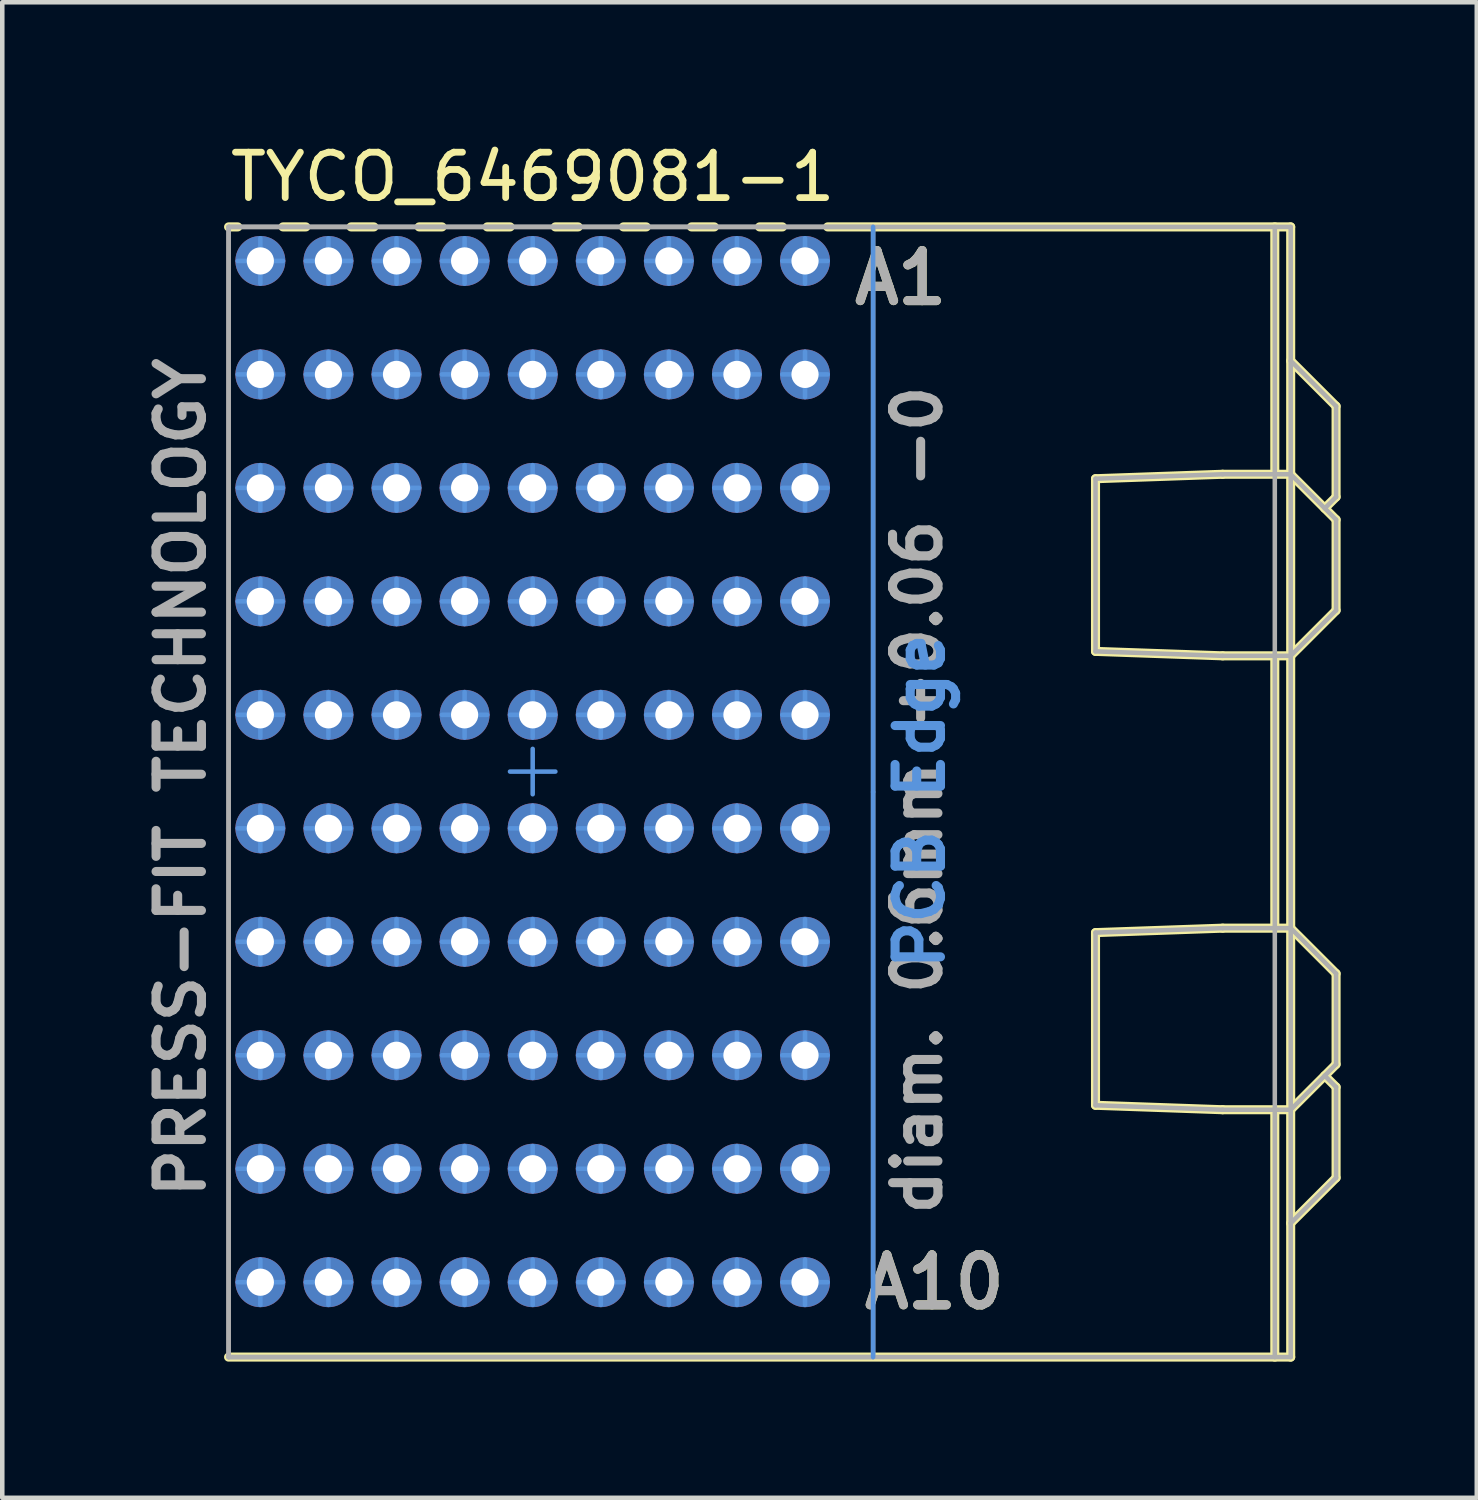
<source format=kicad_pcb>
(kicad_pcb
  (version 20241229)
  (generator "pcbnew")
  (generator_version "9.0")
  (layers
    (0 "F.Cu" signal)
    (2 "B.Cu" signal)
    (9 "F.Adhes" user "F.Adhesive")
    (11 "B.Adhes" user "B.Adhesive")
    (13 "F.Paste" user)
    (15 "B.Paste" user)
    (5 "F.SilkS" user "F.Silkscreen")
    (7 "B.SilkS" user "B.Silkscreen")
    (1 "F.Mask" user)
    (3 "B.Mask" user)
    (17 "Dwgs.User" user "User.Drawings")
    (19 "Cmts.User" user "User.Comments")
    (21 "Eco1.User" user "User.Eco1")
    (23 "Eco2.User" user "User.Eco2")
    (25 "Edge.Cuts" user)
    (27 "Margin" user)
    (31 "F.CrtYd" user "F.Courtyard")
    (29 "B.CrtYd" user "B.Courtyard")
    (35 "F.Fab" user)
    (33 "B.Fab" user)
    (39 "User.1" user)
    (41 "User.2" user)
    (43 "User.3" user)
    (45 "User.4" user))
  (footprint "TYCO_6469081-1"
    (layer "F.Cu")
    (at 8.686 13.949)
    (property "Reference" "TYCO_6469081-1" (at 0 -13.101 0) (layer "F.SilkS") (effects (font (size 1 1) (thickness 0.15))))
    (attr through_hole)
    (fp_line (start -6.7 -12) (end -6.497 -12) (stroke (width 0.2) (type solid)) (layer "F.SilkS"))
    (fp_line (start -6.7 12.9) (end 16.7 12.9) (stroke (width 0.2) (type solid)) (layer "F.SilkS"))
    (fp_line (start -5.502 -12) (end -4.997 -12) (stroke (width 0.2) (type solid)) (layer "F.SilkS"))
    (fp_line (start -4.002 -12) (end -3.497 -12) (stroke (width 0.2) (type solid)) (layer "F.SilkS"))
    (fp_line (start -2.502 -12) (end -1.997 -12) (stroke (width 0.2) (type solid)) (layer "F.SilkS"))
    (fp_line (start -1.002 -12) (end -0.497 -12) (stroke (width 0.2) (type solid)) (layer "F.SilkS"))
    (fp_line (start 0.498 -12) (end 1.003 -12) (stroke (width 0.2) (type solid)) (layer "F.SilkS"))
    (fp_line (start 1.998 -12) (end 2.503 -12) (stroke (width 0.2) (type solid)) (layer "F.SilkS"))
    (fp_line (start 3.498 -12) (end 4.003 -12) (stroke (width 0.2) (type solid)) (layer "F.SilkS"))
    (fp_line (start 4.998 -12) (end 5.503 -12) (stroke (width 0.2) (type solid)) (layer "F.SilkS"))
    (fp_line (start 6.498 -12) (end 16.7 -12) (stroke (width 0.2) (type solid)) (layer "F.SilkS"))
    (fp_line (start 12.4 -6.452) (end 15.2 -6.55) (stroke (width 0.2) (type solid)) (layer "F.SilkS"))
    (fp_line (start 12.4 -2.648) (end 12.4 -6.452) (stroke (width 0.2) (type solid)) (layer "F.SilkS"))
    (fp_line (start 12.4 -2.648) (end 15.2 -2.55) (stroke (width 0.2) (type solid)) (layer "F.SilkS"))
    (fp_line (start 12.4 3.548) (end 15.2 3.45) (stroke (width 0.2) (type solid)) (layer "F.SilkS"))
    (fp_line (start 12.4 7.352) (end 12.4 3.548) (stroke (width 0.2) (type solid)) (layer "F.SilkS"))
    (fp_line (start 12.4 7.352) (end 15.2 7.45) (stroke (width 0.2) (type solid)) (layer "F.SilkS"))
    (fp_line (start 15.2 -6.55) (end 16.7 -6.55) (stroke (width 0.2) (type solid)) (layer "F.SilkS"))
    (fp_line (start 15.2 -2.55) (end 16.7 -2.55) (stroke (width 0.2) (type solid)) (layer "F.SilkS"))
    (fp_line (start 15.2 3.45) (end 16.7 3.45) (stroke (width 0.2) (type solid)) (layer "F.SilkS"))
    (fp_line (start 15.2 7.45) (end 16.7 7.45) (stroke (width 0.2) (type solid)) (layer "F.SilkS"))
    (fp_line (start 16.35 -6.55) (end 16.35 -12) (stroke (width 0.2) (type solid)) (layer "F.SilkS"))
    (fp_line (start 16.35 3.45) (end 16.35 -2.55) (stroke (width 0.2) (type solid)) (layer "F.SilkS"))
    (fp_line (start 16.35 12.9) (end 16.35 7.45) (stroke (width 0.2) (type solid)) (layer "F.SilkS"))
    (fp_line (start 16.7 -9.05) (end 17.7 -8.05) (stroke (width 0.2) (type solid)) (layer "F.SilkS"))
    (fp_line (start 16.7 -6.55) (end 17.7 -5.55) (stroke (width 0.2) (type solid)) (layer "F.SilkS"))
    (fp_line (start 16.7 -2.55) (end 17.7 -3.55) (stroke (width 0.2) (type solid)) (layer "F.SilkS"))
    (fp_line (start 16.7 3.45) (end 17.7 4.45) (stroke (width 0.2) (type solid)) (layer "F.SilkS"))
    (fp_line (start 16.7 7.45) (end 17.7 6.45) (stroke (width 0.2) (type solid)) (layer "F.SilkS"))
    (fp_line (start 16.7 9.95) (end 17.7 8.95) (stroke (width 0.2) (type solid)) (layer "F.SilkS"))
    (fp_line (start 16.7 12.9) (end 16.7 -12) (stroke (width 0.2) (type solid)) (layer "F.SilkS"))
    (fp_line (start 17.45 -5.8) (end 17.7 -6.05) (stroke (width 0.2) (type solid)) (layer "F.SilkS"))
    (fp_line (start 17.45 6.7) (end 17.7 6.95) (stroke (width 0.2) (type solid)) (layer "F.SilkS"))
    (fp_line (start 17.7 -6.05) (end 17.7 -8.05) (stroke (width 0.2) (type solid)) (layer "F.SilkS"))
    (fp_line (start 17.7 -3.55) (end 17.7 -5.55) (stroke (width 0.2) (type solid)) (layer "F.SilkS"))
    (fp_line (start 17.7 6.45) (end 17.7 4.45) (stroke (width 0.2) (type solid)) (layer "F.SilkS"))
    (fp_line (start 17.7 8.95) (end 17.7 6.95) (stroke (width 0.2) (type solid)) (layer "F.SilkS"))
    (fp_line (start -6.5 -11.25) (end -6 -11.25) (stroke (width 0.1) (type solid)) (layer "Cmts.User"))
    (fp_line (start -6.5 -8.75) (end -6 -8.75) (stroke (width 0.1) (type solid)) (layer "Cmts.User"))
    (fp_line (start -6.5 -6.25) (end -6 -6.25) (stroke (width 0.1) (type solid)) (layer "Cmts.User"))
    (fp_line (start -6.5 -3.75) (end -6 -3.75) (stroke (width 0.1) (type solid)) (layer "Cmts.User"))
    (fp_line (start -6.5 -1.25) (end -6 -1.25) (stroke (width 0.1) (type solid)) (layer "Cmts.User"))
    (fp_line (start -6.5 1.25) (end -6 1.25) (stroke (width 0.1) (type solid)) (layer "Cmts.User"))
    (fp_line (start -6.5 3.75) (end -6 3.75) (stroke (width 0.1) (type solid)) (layer "Cmts.User"))
    (fp_line (start -6.5 6.25) (end -6 6.25) (stroke (width 0.1) (type solid)) (layer "Cmts.User"))
    (fp_line (start -6.5 8.75) (end -6 8.75) (stroke (width 0.1) (type solid)) (layer "Cmts.User"))
    (fp_line (start -6.5 11.25) (end -6 11.25) (stroke (width 0.1) (type solid)) (layer "Cmts.User"))
    (fp_line (start -6 -11.25) (end -6 -11.75) (stroke (width 0.1) (type solid)) (layer "Cmts.User"))
    (fp_line (start -6 -11.25) (end -5.5 -11.25) (stroke (width 0.1) (type solid)) (layer "Cmts.User"))
    (fp_line (start -6 -10.75) (end -6 -11.25) (stroke (width 0.1) (type solid)) (layer "Cmts.User"))
    (fp_line (start -6 -8.75) (end -6 -9.25) (stroke (width 0.1) (type solid)) (layer "Cmts.User"))
    (fp_line (start -6 -8.75) (end -5.5 -8.75) (stroke (width 0.1) (type solid)) (layer "Cmts.User"))
    (fp_line (start -6 -8.25) (end -6 -8.75) (stroke (width 0.1) (type solid)) (layer "Cmts.User"))
    (fp_line (start -6 -6.25) (end -6 -6.75) (stroke (width 0.1) (type solid)) (layer "Cmts.User"))
    (fp_line (start -6 -6.25) (end -5.5 -6.25) (stroke (width 0.1) (type solid)) (layer "Cmts.User"))
    (fp_line (start -6 -5.75) (end -6 -6.25) (stroke (width 0.1) (type solid)) (layer "Cmts.User"))
    (fp_line (start -6 -3.75) (end -6 -4.25) (stroke (width 0.1) (type solid)) (layer "Cmts.User"))
    (fp_line (start -6 -3.75) (end -5.5 -3.75) (stroke (width 0.1) (type solid)) (layer "Cmts.User"))
    (fp_line (start -6 -3.25) (end -6 -3.75) (stroke (width 0.1) (type solid)) (layer "Cmts.User"))
    (fp_line (start -6 -1.25) (end -6 -1.75) (stroke (width 0.1) (type solid)) (layer "Cmts.User"))
    (fp_line (start -6 -1.25) (end -5.5 -1.25) (stroke (width 0.1) (type solid)) (layer "Cmts.User"))
    (fp_line (start -6 -0.75) (end -6 -1.25) (stroke (width 0.1) (type solid)) (layer "Cmts.User"))
    (fp_line (start -6 1.25) (end -6 0.75) (stroke (width 0.1) (type solid)) (layer "Cmts.User"))
    (fp_line (start -6 1.25) (end -5.5 1.25) (stroke (width 0.1) (type solid)) (layer "Cmts.User"))
    (fp_line (start -6 1.75) (end -6 1.25) (stroke (width 0.1) (type solid)) (layer "Cmts.User"))
    (fp_line (start -6 3.75) (end -6 3.25) (stroke (width 0.1) (type solid)) (layer "Cmts.User"))
    (fp_line (start -6 3.75) (end -5.5 3.75) (stroke (width 0.1) (type solid)) (layer "Cmts.User"))
    (fp_line (start -6 4.25) (end -6 3.75) (stroke (width 0.1) (type solid)) (layer "Cmts.User"))
    (fp_line (start -6 6.25) (end -6 5.75) (stroke (width 0.1) (type solid)) (layer "Cmts.User"))
    (fp_line (start -6 6.25) (end -5.5 6.25) (stroke (width 0.1) (type solid)) (layer "Cmts.User"))
    (fp_line (start -6 6.75) (end -6 6.25) (stroke (width 0.1) (type solid)) (layer "Cmts.User"))
    (fp_line (start -6 8.75) (end -6 8.25) (stroke (width 0.1) (type solid)) (layer "Cmts.User"))
    (fp_line (start -6 8.75) (end -5.5 8.75) (stroke (width 0.1) (type solid)) (layer "Cmts.User"))
    (fp_line (start -6 9.25) (end -6 8.75) (stroke (width 0.1) (type solid)) (layer "Cmts.User"))
    (fp_line (start -6 11.25) (end -6 10.75) (stroke (width 0.1) (type solid)) (layer "Cmts.User"))
    (fp_line (start -6 11.25) (end -5.5 11.25) (stroke (width 0.1) (type solid)) (layer "Cmts.User"))
    (fp_line (start -6 11.75) (end -6 11.25) (stroke (width 0.1) (type solid)) (layer "Cmts.User"))
    (fp_line (start -5 -11.25) (end -4.5 -11.25) (stroke (width 0.1) (type solid)) (layer "Cmts.User"))
    (fp_line (start -5 -8.75) (end -4.5 -8.75) (stroke (width 0.1) (type solid)) (layer "Cmts.User"))
    (fp_line (start -5 -6.25) (end -4.5 -6.25) (stroke (width 0.1) (type solid)) (layer "Cmts.User"))
    (fp_line (start -5 -3.75) (end -4.5 -3.75) (stroke (width 0.1) (type solid)) (layer "Cmts.User"))
    (fp_line (start -5 -1.25) (end -4.5 -1.25) (stroke (width 0.1) (type solid)) (layer "Cmts.User"))
    (fp_line (start -5 1.25) (end -4.5 1.25) (stroke (width 0.1) (type solid)) (layer "Cmts.User"))
    (fp_line (start -5 3.75) (end -4.5 3.75) (stroke (width 0.1) (type solid)) (layer "Cmts.User"))
    (fp_line (start -5 6.25) (end -4.5 6.25) (stroke (width 0.1) (type solid)) (layer "Cmts.User"))
    (fp_line (start -5 8.75) (end -4.5 8.75) (stroke (width 0.1) (type solid)) (layer "Cmts.User"))
    (fp_line (start -5 11.25) (end -4.5 11.25) (stroke (width 0.1) (type solid)) (layer "Cmts.User"))
    (fp_line (start -4.5 -11.25) (end -4.5 -11.75) (stroke (width 0.1) (type solid)) (layer "Cmts.User"))
    (fp_line (start -4.5 -11.25) (end -4 -11.25) (stroke (width 0.1) (type solid)) (layer "Cmts.User"))
    (fp_line (start -4.5 -10.75) (end -4.5 -11.25) (stroke (width 0.1) (type solid)) (layer "Cmts.User"))
    (fp_line (start -4.5 -8.75) (end -4.5 -9.25) (stroke (width 0.1) (type solid)) (layer "Cmts.User"))
    (fp_line (start -4.5 -8.75) (end -4 -8.75) (stroke (width 0.1) (type solid)) (layer "Cmts.User"))
    (fp_line (start -4.5 -8.25) (end -4.5 -8.75) (stroke (width 0.1) (type solid)) (layer "Cmts.User"))
    (fp_line (start -4.5 -6.25) (end -4.5 -6.75) (stroke (width 0.1) (type solid)) (layer "Cmts.User"))
    (fp_line (start -4.5 -6.25) (end -4 -6.25) (stroke (width 0.1) (type solid)) (layer "Cmts.User"))
    (fp_line (start -4.5 -5.75) (end -4.5 -6.25) (stroke (width 0.1) (type solid)) (layer "Cmts.User"))
    (fp_line (start -4.5 -3.75) (end -4.5 -4.25) (stroke (width 0.1) (type solid)) (layer "Cmts.User"))
    (fp_line (start -4.5 -3.75) (end -4 -3.75) (stroke (width 0.1) (type solid)) (layer "Cmts.User"))
    (fp_line (start -4.5 -3.25) (end -4.5 -3.75) (stroke (width 0.1) (type solid)) (layer "Cmts.User"))
    (fp_line (start -4.5 -1.25) (end -4.5 -1.75) (stroke (width 0.1) (type solid)) (layer "Cmts.User"))
    (fp_line (start -4.5 -1.25) (end -4 -1.25) (stroke (width 0.1) (type solid)) (layer "Cmts.User"))
    (fp_line (start -4.5 -0.75) (end -4.5 -1.25) (stroke (width 0.1) (type solid)) (layer "Cmts.User"))
    (fp_line (start -4.5 1.25) (end -4.5 0.75) (stroke (width 0.1) (type solid)) (layer "Cmts.User"))
    (fp_line (start -4.5 1.25) (end -4 1.25) (stroke (width 0.1) (type solid)) (layer "Cmts.User"))
    (fp_line (start -4.5 1.75) (end -4.5 1.25) (stroke (width 0.1) (type solid)) (layer "Cmts.User"))
    (fp_line (start -4.5 3.75) (end -4.5 3.25) (stroke (width 0.1) (type solid)) (layer "Cmts.User"))
    (fp_line (start -4.5 3.75) (end -4 3.75) (stroke (width 0.1) (type solid)) (layer "Cmts.User"))
    (fp_line (start -4.5 4.25) (end -4.5 3.75) (stroke (width 0.1) (type solid)) (layer "Cmts.User"))
    (fp_line (start -4.5 6.25) (end -4.5 5.75) (stroke (width 0.1) (type solid)) (layer "Cmts.User"))
    (fp_line (start -4.5 6.25) (end -4 6.25) (stroke (width 0.1) (type solid)) (layer "Cmts.User"))
    (fp_line (start -4.5 6.75) (end -4.5 6.25) (stroke (width 0.1) (type solid)) (layer "Cmts.User"))
    (fp_line (start -4.5 8.75) (end -4.5 8.25) (stroke (width 0.1) (type solid)) (layer "Cmts.User"))
    (fp_line (start -4.5 8.75) (end -4 8.75) (stroke (width 0.1) (type solid)) (layer "Cmts.User"))
    (fp_line (start -4.5 9.25) (end -4.5 8.75) (stroke (width 0.1) (type solid)) (layer "Cmts.User"))
    (fp_line (start -4.5 11.25) (end -4.5 10.75) (stroke (width 0.1) (type solid)) (layer "Cmts.User"))
    (fp_line (start -4.5 11.25) (end -4 11.25) (stroke (width 0.1) (type solid)) (layer "Cmts.User"))
    (fp_line (start -4.5 11.75) (end -4.5 11.25) (stroke (width 0.1) (type solid)) (layer "Cmts.User"))
    (fp_line (start -3.5 -11.25) (end -3 -11.25) (stroke (width 0.1) (type solid)) (layer "Cmts.User"))
    (fp_line (start -3.5 -8.75) (end -3 -8.75) (stroke (width 0.1) (type solid)) (layer "Cmts.User"))
    (fp_line (start -3.5 -6.25) (end -3 -6.25) (stroke (width 0.1) (type solid)) (layer "Cmts.User"))
    (fp_line (start -3.5 -3.75) (end -3 -3.75) (stroke (width 0.1) (type solid)) (layer "Cmts.User"))
    (fp_line (start -3.5 -1.25) (end -3 -1.25) (stroke (width 0.1) (type solid)) (layer "Cmts.User"))
    (fp_line (start -3.5 1.25) (end -3 1.25) (stroke (width 0.1) (type solid)) (layer "Cmts.User"))
    (fp_line (start -3.5 3.75) (end -3 3.75) (stroke (width 0.1) (type solid)) (layer "Cmts.User"))
    (fp_line (start -3.5 6.25) (end -3 6.25) (stroke (width 0.1) (type solid)) (layer "Cmts.User"))
    (fp_line (start -3.5 8.75) (end -3 8.75) (stroke (width 0.1) (type solid)) (layer "Cmts.User"))
    (fp_line (start -3.5 11.25) (end -3 11.25) (stroke (width 0.1) (type solid)) (layer "Cmts.User"))
    (fp_line (start -3 -11.25) (end -3 -11.75) (stroke (width 0.1) (type solid)) (layer "Cmts.User"))
    (fp_line (start -3 -11.25) (end -2.5 -11.25) (stroke (width 0.1) (type solid)) (layer "Cmts.User"))
    (fp_line (start -3 -10.75) (end -3 -11.25) (stroke (width 0.1) (type solid)) (layer "Cmts.User"))
    (fp_line (start -3 -8.75) (end -3 -9.25) (stroke (width 0.1) (type solid)) (layer "Cmts.User"))
    (fp_line (start -3 -8.75) (end -2.5 -8.75) (stroke (width 0.1) (type solid)) (layer "Cmts.User"))
    (fp_line (start -3 -8.25) (end -3 -8.75) (stroke (width 0.1) (type solid)) (layer "Cmts.User"))
    (fp_line (start -3 -6.25) (end -3 -6.75) (stroke (width 0.1) (type solid)) (layer "Cmts.User"))
    (fp_line (start -3 -6.25) (end -2.5 -6.25) (stroke (width 0.1) (type solid)) (layer "Cmts.User"))
    (fp_line (start -3 -5.75) (end -3 -6.25) (stroke (width 0.1) (type solid)) (layer "Cmts.User"))
    (fp_line (start -3 -3.75) (end -3 -4.25) (stroke (width 0.1) (type solid)) (layer "Cmts.User"))
    (fp_line (start -3 -3.75) (end -2.5 -3.75) (stroke (width 0.1) (type solid)) (layer "Cmts.User"))
    (fp_line (start -3 -3.25) (end -3 -3.75) (stroke (width 0.1) (type solid)) (layer "Cmts.User"))
    (fp_line (start -3 -1.25) (end -3 -1.75) (stroke (width 0.1) (type solid)) (layer "Cmts.User"))
    (fp_line (start -3 -1.25) (end -2.5 -1.25) (stroke (width 0.1) (type solid)) (layer "Cmts.User"))
    (fp_line (start -3 -0.75) (end -3 -1.25) (stroke (width 0.1) (type solid)) (layer "Cmts.User"))
    (fp_line (start -3 1.25) (end -3 0.75) (stroke (width 0.1) (type solid)) (layer "Cmts.User"))
    (fp_line (start -3 1.25) (end -2.5 1.25) (stroke (width 0.1) (type solid)) (layer "Cmts.User"))
    (fp_line (start -3 1.75) (end -3 1.25) (stroke (width 0.1) (type solid)) (layer "Cmts.User"))
    (fp_line (start -3 3.75) (end -3 3.25) (stroke (width 0.1) (type solid)) (layer "Cmts.User"))
    (fp_line (start -3 3.75) (end -2.5 3.75) (stroke (width 0.1) (type solid)) (layer "Cmts.User"))
    (fp_line (start -3 4.25) (end -3 3.75) (stroke (width 0.1) (type solid)) (layer "Cmts.User"))
    (fp_line (start -3 6.25) (end -3 5.75) (stroke (width 0.1) (type solid)) (layer "Cmts.User"))
    (fp_line (start -3 6.25) (end -2.5 6.25) (stroke (width 0.1) (type solid)) (layer "Cmts.User"))
    (fp_line (start -3 6.75) (end -3 6.25) (stroke (width 0.1) (type solid)) (layer "Cmts.User"))
    (fp_line (start -3 8.75) (end -3 8.25) (stroke (width 0.1) (type solid)) (layer "Cmts.User"))
    (fp_line (start -3 8.75) (end -2.5 8.75) (stroke (width 0.1) (type solid)) (layer "Cmts.User"))
    (fp_line (start -3 9.25) (end -3 8.75) (stroke (width 0.1) (type solid)) (layer "Cmts.User"))
    (fp_line (start -3 11.25) (end -3 10.75) (stroke (width 0.1) (type solid)) (layer "Cmts.User"))
    (fp_line (start -3 11.25) (end -2.5 11.25) (stroke (width 0.1) (type solid)) (layer "Cmts.User"))
    (fp_line (start -3 11.75) (end -3 11.25) (stroke (width 0.1) (type solid)) (layer "Cmts.User"))
    (fp_line (start -2 -11.25) (end -1.5 -11.25) (stroke (width 0.1) (type solid)) (layer "Cmts.User"))
    (fp_line (start -2 -8.75) (end -1.5 -8.75) (stroke (width 0.1) (type solid)) (layer "Cmts.User"))
    (fp_line (start -2 -6.25) (end -1.5 -6.25) (stroke (width 0.1) (type solid)) (layer "Cmts.User"))
    (fp_line (start -2 -3.75) (end -1.5 -3.75) (stroke (width 0.1) (type solid)) (layer "Cmts.User"))
    (fp_line (start -2 -1.25) (end -1.5 -1.25) (stroke (width 0.1) (type solid)) (layer "Cmts.User"))
    (fp_line (start -2 1.25) (end -1.5 1.25) (stroke (width 0.1) (type solid)) (layer "Cmts.User"))
    (fp_line (start -2 3.75) (end -1.5 3.75) (stroke (width 0.1) (type solid)) (layer "Cmts.User"))
    (fp_line (start -2 6.25) (end -1.5 6.25) (stroke (width 0.1) (type solid)) (layer "Cmts.User"))
    (fp_line (start -2 8.75) (end -1.5 8.75) (stroke (width 0.1) (type solid)) (layer "Cmts.User"))
    (fp_line (start -2 11.25) (end -1.5 11.25) (stroke (width 0.1) (type solid)) (layer "Cmts.User"))
    (fp_line (start -1.5 -11.25) (end -1.5 -11.75) (stroke (width 0.1) (type solid)) (layer "Cmts.User"))
    (fp_line (start -1.5 -11.25) (end -1 -11.25) (stroke (width 0.1) (type solid)) (layer "Cmts.User"))
    (fp_line (start -1.5 -10.75) (end -1.5 -11.25) (stroke (width 0.1) (type solid)) (layer "Cmts.User"))
    (fp_line (start -1.5 -8.75) (end -1.5 -9.25) (stroke (width 0.1) (type solid)) (layer "Cmts.User"))
    (fp_line (start -1.5 -8.75) (end -1 -8.75) (stroke (width 0.1) (type solid)) (layer "Cmts.User"))
    (fp_line (start -1.5 -8.25) (end -1.5 -8.75) (stroke (width 0.1) (type solid)) (layer "Cmts.User"))
    (fp_line (start -1.5 -6.25) (end -1.5 -6.75) (stroke (width 0.1) (type solid)) (layer "Cmts.User"))
    (fp_line (start -1.5 -6.25) (end -1 -6.25) (stroke (width 0.1) (type solid)) (layer "Cmts.User"))
    (fp_line (start -1.5 -5.75) (end -1.5 -6.25) (stroke (width 0.1) (type solid)) (layer "Cmts.User"))
    (fp_line (start -1.5 -3.75) (end -1.5 -4.25) (stroke (width 0.1) (type solid)) (layer "Cmts.User"))
    (fp_line (start -1.5 -3.75) (end -1 -3.75) (stroke (width 0.1) (type solid)) (layer "Cmts.User"))
    (fp_line (start -1.5 -3.25) (end -1.5 -3.75) (stroke (width 0.1) (type solid)) (layer "Cmts.User"))
    (fp_line (start -1.5 -1.25) (end -1.5 -1.75) (stroke (width 0.1) (type solid)) (layer "Cmts.User"))
    (fp_line (start -1.5 -1.25) (end -1 -1.25) (stroke (width 0.1) (type solid)) (layer "Cmts.User"))
    (fp_line (start -1.5 -0.75) (end -1.5 -1.25) (stroke (width 0.1) (type solid)) (layer "Cmts.User"))
    (fp_line (start -1.5 1.25) (end -1.5 0.75) (stroke (width 0.1) (type solid)) (layer "Cmts.User"))
    (fp_line (start -1.5 1.25) (end -1 1.25) (stroke (width 0.1) (type solid)) (layer "Cmts.User"))
    (fp_line (start -1.5 1.75) (end -1.5 1.25) (stroke (width 0.1) (type solid)) (layer "Cmts.User"))
    (fp_line (start -1.5 3.75) (end -1.5 3.25) (stroke (width 0.1) (type solid)) (layer "Cmts.User"))
    (fp_line (start -1.5 3.75) (end -1 3.75) (stroke (width 0.1) (type solid)) (layer "Cmts.User"))
    (fp_line (start -1.5 4.25) (end -1.5 3.75) (stroke (width 0.1) (type solid)) (layer "Cmts.User"))
    (fp_line (start -1.5 6.25) (end -1.5 5.75) (stroke (width 0.1) (type solid)) (layer "Cmts.User"))
    (fp_line (start -1.5 6.25) (end -1 6.25) (stroke (width 0.1) (type solid)) (layer "Cmts.User"))
    (fp_line (start -1.5 6.75) (end -1.5 6.25) (stroke (width 0.1) (type solid)) (layer "Cmts.User"))
    (fp_line (start -1.5 8.75) (end -1.5 8.25) (stroke (width 0.1) (type solid)) (layer "Cmts.User"))
    (fp_line (start -1.5 8.75) (end -1 8.75) (stroke (width 0.1) (type solid)) (layer "Cmts.User"))
    (fp_line (start -1.5 9.25) (end -1.5 8.75) (stroke (width 0.1) (type solid)) (layer "Cmts.User"))
    (fp_line (start -1.5 11.25) (end -1.5 10.75) (stroke (width 0.1) (type solid)) (layer "Cmts.User"))
    (fp_line (start -1.5 11.25) (end -1 11.25) (stroke (width 0.1) (type solid)) (layer "Cmts.User"))
    (fp_line (start -1.5 11.75) (end -1.5 11.25) (stroke (width 0.1) (type solid)) (layer "Cmts.User"))
    (fp_line (start -0.5 -11.25) (end 0 -11.25) (stroke (width 0.1) (type solid)) (layer "Cmts.User"))
    (fp_line (start -0.5 -8.75) (end 0 -8.75) (stroke (width 0.1) (type solid)) (layer "Cmts.User"))
    (fp_line (start -0.5 -6.25) (end 0 -6.25) (stroke (width 0.1) (type solid)) (layer "Cmts.User"))
    (fp_line (start -0.5 -3.75) (end 0 -3.75) (stroke (width 0.1) (type solid)) (layer "Cmts.User"))
    (fp_line (start -0.5 -1.25) (end 0 -1.25) (stroke (width 0.1) (type solid)) (layer "Cmts.User"))
    (fp_line (start -0.5 0) (end 0 0) (stroke (width 0.1) (type solid)) (layer "Cmts.User"))
    (fp_line (start -0.5 1.25) (end 0 1.25) (stroke (width 0.1) (type solid)) (layer "Cmts.User"))
    (fp_line (start -0.5 3.75) (end 0 3.75) (stroke (width 0.1) (type solid)) (layer "Cmts.User"))
    (fp_line (start -0.5 6.25) (end 0 6.25) (stroke (width 0.1) (type solid)) (layer "Cmts.User"))
    (fp_line (start -0.5 8.75) (end 0 8.75) (stroke (width 0.1) (type solid)) (layer "Cmts.User"))
    (fp_line (start -0.5 11.25) (end 0 11.25) (stroke (width 0.1) (type solid)) (layer "Cmts.User"))
    (fp_line (start 0 -11.25) (end 0 -11.75) (stroke (width 0.1) (type solid)) (layer "Cmts.User"))
    (fp_line (start 0 -11.25) (end 0.5 -11.25) (stroke (width 0.1) (type solid)) (layer "Cmts.User"))
    (fp_line (start 0 -10.75) (end 0 -11.25) (stroke (width 0.1) (type solid)) (layer "Cmts.User"))
    (fp_line (start 0 -8.75) (end 0 -9.25) (stroke (width 0.1) (type solid)) (layer "Cmts.User"))
    (fp_line (start 0 -8.75) (end 0.5 -8.75) (stroke (width 0.1) (type solid)) (layer "Cmts.User"))
    (fp_line (start 0 -8.25) (end 0 -8.75) (stroke (width 0.1) (type solid)) (layer "Cmts.User"))
    (fp_line (start 0 -6.25) (end 0 -6.75) (stroke (width 0.1) (type solid)) (layer "Cmts.User"))
    (fp_line (start 0 -6.25) (end 0.5 -6.25) (stroke (width 0.1) (type solid)) (layer "Cmts.User"))
    (fp_line (start 0 -5.75) (end 0 -6.25) (stroke (width 0.1) (type solid)) (layer "Cmts.User"))
    (fp_line (start 0 -3.75) (end 0 -4.25) (stroke (width 0.1) (type solid)) (layer "Cmts.User"))
    (fp_line (start 0 -3.75) (end 0.5 -3.75) (stroke (width 0.1) (type solid)) (layer "Cmts.User"))
    (fp_line (start 0 -3.25) (end 0 -3.75) (stroke (width 0.1) (type solid)) (layer "Cmts.User"))
    (fp_line (start 0 -1.25) (end 0 -1.75) (stroke (width 0.1) (type solid)) (layer "Cmts.User"))
    (fp_line (start 0 -1.25) (end 0.5 -1.25) (stroke (width 0.1) (type solid)) (layer "Cmts.User"))
    (fp_line (start 0 -0.75) (end 0 -1.25) (stroke (width 0.1) (type solid)) (layer "Cmts.User"))
    (fp_line (start 0 0) (end 0 -0.5) (stroke (width 0.1) (type solid)) (layer "Cmts.User"))
    (fp_line (start 0 0) (end 0.5 0) (stroke (width 0.1) (type solid)) (layer "Cmts.User"))
    (fp_line (start 0 0.5) (end 0 0) (stroke (width 0.1) (type solid)) (layer "Cmts.User"))
    (fp_line (start 0 1.25) (end 0 0.75) (stroke (width 0.1) (type solid)) (layer "Cmts.User"))
    (fp_line (start 0 1.25) (end 0.5 1.25) (stroke (width 0.1) (type solid)) (layer "Cmts.User"))
    (fp_line (start 0 1.75) (end 0 1.25) (stroke (width 0.1) (type solid)) (layer "Cmts.User"))
    (fp_line (start 0 3.75) (end 0 3.25) (stroke (width 0.1) (type solid)) (layer "Cmts.User"))
    (fp_line (start 0 3.75) (end 0.5 3.75) (stroke (width 0.1) (type solid)) (layer "Cmts.User"))
    (fp_line (start 0 4.25) (end 0 3.75) (stroke (width 0.1) (type solid)) (layer "Cmts.User"))
    (fp_line (start 0 6.25) (end 0 5.75) (stroke (width 0.1) (type solid)) (layer "Cmts.User"))
    (fp_line (start 0 6.25) (end 0.5 6.25) (stroke (width 0.1) (type solid)) (layer "Cmts.User"))
    (fp_line (start 0 6.75) (end 0 6.25) (stroke (width 0.1) (type solid)) (layer "Cmts.User"))
    (fp_line (start 0 8.75) (end 0 8.25) (stroke (width 0.1) (type solid)) (layer "Cmts.User"))
    (fp_line (start 0 8.75) (end 0.5 8.75) (stroke (width 0.1) (type solid)) (layer "Cmts.User"))
    (fp_line (start 0 9.25) (end 0 8.75) (stroke (width 0.1) (type solid)) (layer "Cmts.User"))
    (fp_line (start 0 11.25) (end 0 10.75) (stroke (width 0.1) (type solid)) (layer "Cmts.User"))
    (fp_line (start 0 11.25) (end 0.5 11.25) (stroke (width 0.1) (type solid)) (layer "Cmts.User"))
    (fp_line (start 0 11.75) (end 0 11.25) (stroke (width 0.1) (type solid)) (layer "Cmts.User"))
    (fp_line (start 1 -11.25) (end 1.5 -11.25) (stroke (width 0.1) (type solid)) (layer "Cmts.User"))
    (fp_line (start 1 -8.75) (end 1.5 -8.75) (stroke (width 0.1) (type solid)) (layer "Cmts.User"))
    (fp_line (start 1 -6.25) (end 1.5 -6.25) (stroke (width 0.1) (type solid)) (layer "Cmts.User"))
    (fp_line (start 1 -3.75) (end 1.5 -3.75) (stroke (width 0.1) (type solid)) (layer "Cmts.User"))
    (fp_line (start 1 -1.25) (end 1.5 -1.25) (stroke (width 0.1) (type solid)) (layer "Cmts.User"))
    (fp_line (start 1 1.25) (end 1.5 1.25) (stroke (width 0.1) (type solid)) (layer "Cmts.User"))
    (fp_line (start 1 3.75) (end 1.5 3.75) (stroke (width 0.1) (type solid)) (layer "Cmts.User"))
    (fp_line (start 1 6.25) (end 1.5 6.25) (stroke (width 0.1) (type solid)) (layer "Cmts.User"))
    (fp_line (start 1 8.75) (end 1.5 8.75) (stroke (width 0.1) (type solid)) (layer "Cmts.User"))
    (fp_line (start 1 11.25) (end 1.5 11.25) (stroke (width 0.1) (type solid)) (layer "Cmts.User"))
    (fp_line (start 1.5 -11.25) (end 1.5 -11.75) (stroke (width 0.1) (type solid)) (layer "Cmts.User"))
    (fp_line (start 1.5 -11.25) (end 2 -11.25) (stroke (width 0.1) (type solid)) (layer "Cmts.User"))
    (fp_line (start 1.5 -10.75) (end 1.5 -11.25) (stroke (width 0.1) (type solid)) (layer "Cmts.User"))
    (fp_line (start 1.5 -8.75) (end 1.5 -9.25) (stroke (width 0.1) (type solid)) (layer "Cmts.User"))
    (fp_line (start 1.5 -8.75) (end 2 -8.75) (stroke (width 0.1) (type solid)) (layer "Cmts.User"))
    (fp_line (start 1.5 -8.25) (end 1.5 -8.75) (stroke (width 0.1) (type solid)) (layer "Cmts.User"))
    (fp_line (start 1.5 -6.25) (end 1.5 -6.75) (stroke (width 0.1) (type solid)) (layer "Cmts.User"))
    (fp_line (start 1.5 -6.25) (end 2 -6.25) (stroke (width 0.1) (type solid)) (layer "Cmts.User"))
    (fp_line (start 1.5 -5.75) (end 1.5 -6.25) (stroke (width 0.1) (type solid)) (layer "Cmts.User"))
    (fp_line (start 1.5 -3.75) (end 1.5 -4.25) (stroke (width 0.1) (type solid)) (layer "Cmts.User"))
    (fp_line (start 1.5 -3.75) (end 2 -3.75) (stroke (width 0.1) (type solid)) (layer "Cmts.User"))
    (fp_line (start 1.5 -3.25) (end 1.5 -3.75) (stroke (width 0.1) (type solid)) (layer "Cmts.User"))
    (fp_line (start 1.5 -1.25) (end 1.5 -1.75) (stroke (width 0.1) (type solid)) (layer "Cmts.User"))
    (fp_line (start 1.5 -1.25) (end 2 -1.25) (stroke (width 0.1) (type solid)) (layer "Cmts.User"))
    (fp_line (start 1.5 -0.75) (end 1.5 -1.25) (stroke (width 0.1) (type solid)) (layer "Cmts.User"))
    (fp_line (start 1.5 1.25) (end 1.5 0.75) (stroke (width 0.1) (type solid)) (layer "Cmts.User"))
    (fp_line (start 1.5 1.25) (end 2 1.25) (stroke (width 0.1) (type solid)) (layer "Cmts.User"))
    (fp_line (start 1.5 1.75) (end 1.5 1.25) (stroke (width 0.1) (type solid)) (layer "Cmts.User"))
    (fp_line (start 1.5 3.75) (end 1.5 3.25) (stroke (width 0.1) (type solid)) (layer "Cmts.User"))
    (fp_line (start 1.5 3.75) (end 2 3.75) (stroke (width 0.1) (type solid)) (layer "Cmts.User"))
    (fp_line (start 1.5 4.25) (end 1.5 3.75) (stroke (width 0.1) (type solid)) (layer "Cmts.User"))
    (fp_line (start 1.5 6.25) (end 1.5 5.75) (stroke (width 0.1) (type solid)) (layer "Cmts.User"))
    (fp_line (start 1.5 6.25) (end 2 6.25) (stroke (width 0.1) (type solid)) (layer "Cmts.User"))
    (fp_line (start 1.5 6.75) (end 1.5 6.25) (stroke (width 0.1) (type solid)) (layer "Cmts.User"))
    (fp_line (start 1.5 8.75) (end 1.5 8.25) (stroke (width 0.1) (type solid)) (layer "Cmts.User"))
    (fp_line (start 1.5 8.75) (end 2 8.75) (stroke (width 0.1) (type solid)) (layer "Cmts.User"))
    (fp_line (start 1.5 9.25) (end 1.5 8.75) (stroke (width 0.1) (type solid)) (layer "Cmts.User"))
    (fp_line (start 1.5 11.25) (end 1.5 10.75) (stroke (width 0.1) (type solid)) (layer "Cmts.User"))
    (fp_line (start 1.5 11.25) (end 2 11.25) (stroke (width 0.1) (type solid)) (layer "Cmts.User"))
    (fp_line (start 1.5 11.75) (end 1.5 11.25) (stroke (width 0.1) (type solid)) (layer "Cmts.User"))
    (fp_line (start 2.5 -11.25) (end 3 -11.25) (stroke (width 0.1) (type solid)) (layer "Cmts.User"))
    (fp_line (start 2.5 -8.75) (end 3 -8.75) (stroke (width 0.1) (type solid)) (layer "Cmts.User"))
    (fp_line (start 2.5 -6.25) (end 3 -6.25) (stroke (width 0.1) (type solid)) (layer "Cmts.User"))
    (fp_line (start 2.5 -3.75) (end 3 -3.75) (stroke (width 0.1) (type solid)) (layer "Cmts.User"))
    (fp_line (start 2.5 -1.25) (end 3 -1.25) (stroke (width 0.1) (type solid)) (layer "Cmts.User"))
    (fp_line (start 2.5 1.25) (end 3 1.25) (stroke (width 0.1) (type solid)) (layer "Cmts.User"))
    (fp_line (start 2.5 3.75) (end 3 3.75) (stroke (width 0.1) (type solid)) (layer "Cmts.User"))
    (fp_line (start 2.5 6.25) (end 3 6.25) (stroke (width 0.1) (type solid)) (layer "Cmts.User"))
    (fp_line (start 2.5 8.75) (end 3 8.75) (stroke (width 0.1) (type solid)) (layer "Cmts.User"))
    (fp_line (start 2.5 11.25) (end 3 11.25) (stroke (width 0.1) (type solid)) (layer "Cmts.User"))
    (fp_line (start 3 -11.25) (end 3 -11.75) (stroke (width 0.1) (type solid)) (layer "Cmts.User"))
    (fp_line (start 3 -11.25) (end 3.5 -11.25) (stroke (width 0.1) (type solid)) (layer "Cmts.User"))
    (fp_line (start 3 -10.75) (end 3 -11.25) (stroke (width 0.1) (type solid)) (layer "Cmts.User"))
    (fp_line (start 3 -8.75) (end 3 -9.25) (stroke (width 0.1) (type solid)) (layer "Cmts.User"))
    (fp_line (start 3 -8.75) (end 3.5 -8.75) (stroke (width 0.1) (type solid)) (layer "Cmts.User"))
    (fp_line (start 3 -8.25) (end 3 -8.75) (stroke (width 0.1) (type solid)) (layer "Cmts.User"))
    (fp_line (start 3 -6.25) (end 3 -6.75) (stroke (width 0.1) (type solid)) (layer "Cmts.User"))
    (fp_line (start 3 -6.25) (end 3.5 -6.25) (stroke (width 0.1) (type solid)) (layer "Cmts.User"))
    (fp_line (start 3 -5.75) (end 3 -6.25) (stroke (width 0.1) (type solid)) (layer "Cmts.User"))
    (fp_line (start 3 -3.75) (end 3 -4.25) (stroke (width 0.1) (type solid)) (layer "Cmts.User"))
    (fp_line (start 3 -3.75) (end 3.5 -3.75) (stroke (width 0.1) (type solid)) (layer "Cmts.User"))
    (fp_line (start 3 -3.25) (end 3 -3.75) (stroke (width 0.1) (type solid)) (layer "Cmts.User"))
    (fp_line (start 3 -1.25) (end 3 -1.75) (stroke (width 0.1) (type solid)) (layer "Cmts.User"))
    (fp_line (start 3 -1.25) (end 3.5 -1.25) (stroke (width 0.1) (type solid)) (layer "Cmts.User"))
    (fp_line (start 3 -0.75) (end 3 -1.25) (stroke (width 0.1) (type solid)) (layer "Cmts.User"))
    (fp_line (start 3 1.25) (end 3 0.75) (stroke (width 0.1) (type solid)) (layer "Cmts.User"))
    (fp_line (start 3 1.25) (end 3.5 1.25) (stroke (width 0.1) (type solid)) (layer "Cmts.User"))
    (fp_line (start 3 1.75) (end 3 1.25) (stroke (width 0.1) (type solid)) (layer "Cmts.User"))
    (fp_line (start 3 3.75) (end 3 3.25) (stroke (width 0.1) (type solid)) (layer "Cmts.User"))
    (fp_line (start 3 3.75) (end 3.5 3.75) (stroke (width 0.1) (type solid)) (layer "Cmts.User"))
    (fp_line (start 3 4.25) (end 3 3.75) (stroke (width 0.1) (type solid)) (layer "Cmts.User"))
    (fp_line (start 3 6.25) (end 3 5.75) (stroke (width 0.1) (type solid)) (layer "Cmts.User"))
    (fp_line (start 3 6.25) (end 3.5 6.25) (stroke (width 0.1) (type solid)) (layer "Cmts.User"))
    (fp_line (start 3 6.75) (end 3 6.25) (stroke (width 0.1) (type solid)) (layer "Cmts.User"))
    (fp_line (start 3 8.75) (end 3 8.25) (stroke (width 0.1) (type solid)) (layer "Cmts.User"))
    (fp_line (start 3 8.75) (end 3.5 8.75) (stroke (width 0.1) (type solid)) (layer "Cmts.User"))
    (fp_line (start 3 9.25) (end 3 8.75) (stroke (width 0.1) (type solid)) (layer "Cmts.User"))
    (fp_line (start 3 11.25) (end 3 10.75) (stroke (width 0.1) (type solid)) (layer "Cmts.User"))
    (fp_line (start 3 11.25) (end 3.5 11.25) (stroke (width 0.1) (type solid)) (layer "Cmts.User"))
    (fp_line (start 3 11.75) (end 3 11.25) (stroke (width 0.1) (type solid)) (layer "Cmts.User"))
    (fp_line (start 4 -11.25) (end 4.5 -11.25) (stroke (width 0.1) (type solid)) (layer "Cmts.User"))
    (fp_line (start 4 -8.75) (end 4.5 -8.75) (stroke (width 0.1) (type solid)) (layer "Cmts.User"))
    (fp_line (start 4 -6.25) (end 4.5 -6.25) (stroke (width 0.1) (type solid)) (layer "Cmts.User"))
    (fp_line (start 4 -3.75) (end 4.5 -3.75) (stroke (width 0.1) (type solid)) (layer "Cmts.User"))
    (fp_line (start 4 -1.25) (end 4.5 -1.25) (stroke (width 0.1) (type solid)) (layer "Cmts.User"))
    (fp_line (start 4 1.25) (end 4.5 1.25) (stroke (width 0.1) (type solid)) (layer "Cmts.User"))
    (fp_line (start 4 3.75) (end 4.5 3.75) (stroke (width 0.1) (type solid)) (layer "Cmts.User"))
    (fp_line (start 4 6.25) (end 4.5 6.25) (stroke (width 0.1) (type solid)) (layer "Cmts.User"))
    (fp_line (start 4 8.75) (end 4.5 8.75) (stroke (width 0.1) (type solid)) (layer "Cmts.User"))
    (fp_line (start 4 11.25) (end 4.5 11.25) (stroke (width 0.1) (type solid)) (layer "Cmts.User"))
    (fp_line (start 4.5 -11.25) (end 4.5 -11.75) (stroke (width 0.1) (type solid)) (layer "Cmts.User"))
    (fp_line (start 4.5 -11.25) (end 5 -11.25) (stroke (width 0.1) (type solid)) (layer "Cmts.User"))
    (fp_line (start 4.5 -10.75) (end 4.5 -11.25) (stroke (width 0.1) (type solid)) (layer "Cmts.User"))
    (fp_line (start 4.5 -8.75) (end 4.5 -9.25) (stroke (width 0.1) (type solid)) (layer "Cmts.User"))
    (fp_line (start 4.5 -8.75) (end 5 -8.75) (stroke (width 0.1) (type solid)) (layer "Cmts.User"))
    (fp_line (start 4.5 -8.25) (end 4.5 -8.75) (stroke (width 0.1) (type solid)) (layer "Cmts.User"))
    (fp_line (start 4.5 -6.25) (end 4.5 -6.75) (stroke (width 0.1) (type solid)) (layer "Cmts.User"))
    (fp_line (start 4.5 -6.25) (end 5 -6.25) (stroke (width 0.1) (type solid)) (layer "Cmts.User"))
    (fp_line (start 4.5 -5.75) (end 4.5 -6.25) (stroke (width 0.1) (type solid)) (layer "Cmts.User"))
    (fp_line (start 4.5 -3.75) (end 4.5 -4.25) (stroke (width 0.1) (type solid)) (layer "Cmts.User"))
    (fp_line (start 4.5 -3.75) (end 5 -3.75) (stroke (width 0.1) (type solid)) (layer "Cmts.User"))
    (fp_line (start 4.5 -3.25) (end 4.5 -3.75) (stroke (width 0.1) (type solid)) (layer "Cmts.User"))
    (fp_line (start 4.5 -1.25) (end 4.5 -1.75) (stroke (width 0.1) (type solid)) (layer "Cmts.User"))
    (fp_line (start 4.5 -1.25) (end 5 -1.25) (stroke (width 0.1) (type solid)) (layer "Cmts.User"))
    (fp_line (start 4.5 -0.75) (end 4.5 -1.25) (stroke (width 0.1) (type solid)) (layer "Cmts.User"))
    (fp_line (start 4.5 1.25) (end 4.5 0.75) (stroke (width 0.1) (type solid)) (layer "Cmts.User"))
    (fp_line (start 4.5 1.25) (end 5 1.25) (stroke (width 0.1) (type solid)) (layer "Cmts.User"))
    (fp_line (start 4.5 1.75) (end 4.5 1.25) (stroke (width 0.1) (type solid)) (layer "Cmts.User"))
    (fp_line (start 4.5 3.75) (end 4.5 3.25) (stroke (width 0.1) (type solid)) (layer "Cmts.User"))
    (fp_line (start 4.5 3.75) (end 5 3.75) (stroke (width 0.1) (type solid)) (layer "Cmts.User"))
    (fp_line (start 4.5 4.25) (end 4.5 3.75) (stroke (width 0.1) (type solid)) (layer "Cmts.User"))
    (fp_line (start 4.5 6.25) (end 4.5 5.75) (stroke (width 0.1) (type solid)) (layer "Cmts.User"))
    (fp_line (start 4.5 6.25) (end 5 6.25) (stroke (width 0.1) (type solid)) (layer "Cmts.User"))
    (fp_line (start 4.5 6.75) (end 4.5 6.25) (stroke (width 0.1) (type solid)) (layer "Cmts.User"))
    (fp_line (start 4.5 8.75) (end 4.5 8.25) (stroke (width 0.1) (type solid)) (layer "Cmts.User"))
    (fp_line (start 4.5 8.75) (end 5 8.75) (stroke (width 0.1) (type solid)) (layer "Cmts.User"))
    (fp_line (start 4.5 9.25) (end 4.5 8.75) (stroke (width 0.1) (type solid)) (layer "Cmts.User"))
    (fp_line (start 4.5 11.25) (end 4.5 10.75) (stroke (width 0.1) (type solid)) (layer "Cmts.User"))
    (fp_line (start 4.5 11.25) (end 5 11.25) (stroke (width 0.1) (type solid)) (layer "Cmts.User"))
    (fp_line (start 4.5 11.75) (end 4.5 11.25) (stroke (width 0.1) (type solid)) (layer "Cmts.User"))
    (fp_line (start 5.5 -11.25) (end 6 -11.25) (stroke (width 0.1) (type solid)) (layer "Cmts.User"))
    (fp_line (start 5.5 -8.75) (end 6 -8.75) (stroke (width 0.1) (type solid)) (layer "Cmts.User"))
    (fp_line (start 5.5 -6.25) (end 6 -6.25) (stroke (width 0.1) (type solid)) (layer "Cmts.User"))
    (fp_line (start 5.5 -3.75) (end 6 -3.75) (stroke (width 0.1) (type solid)) (layer "Cmts.User"))
    (fp_line (start 5.5 -1.25) (end 6 -1.25) (stroke (width 0.1) (type solid)) (layer "Cmts.User"))
    (fp_line (start 5.5 1.25) (end 6 1.25) (stroke (width 0.1) (type solid)) (layer "Cmts.User"))
    (fp_line (start 5.5 3.75) (end 6 3.75) (stroke (width 0.1) (type solid)) (layer "Cmts.User"))
    (fp_line (start 5.5 6.25) (end 6 6.25) (stroke (width 0.1) (type solid)) (layer "Cmts.User"))
    (fp_line (start 5.5 8.75) (end 6 8.75) (stroke (width 0.1) (type solid)) (layer "Cmts.User"))
    (fp_line (start 5.5 11.25) (end 6 11.25) (stroke (width 0.1) (type solid)) (layer "Cmts.User"))
    (fp_line (start 6 -11.25) (end 6 -11.75) (stroke (width 0.1) (type solid)) (layer "Cmts.User"))
    (fp_line (start 6 -11.25) (end 6.5 -11.25) (stroke (width 0.1) (type solid)) (layer "Cmts.User"))
    (fp_line (start 6 -10.75) (end 6 -11.25) (stroke (width 0.1) (type solid)) (layer "Cmts.User"))
    (fp_line (start 6 -8.75) (end 6 -9.25) (stroke (width 0.1) (type solid)) (layer "Cmts.User"))
    (fp_line (start 6 -8.75) (end 6.5 -8.75) (stroke (width 0.1) (type solid)) (layer "Cmts.User"))
    (fp_line (start 6 -8.25) (end 6 -8.75) (stroke (width 0.1) (type solid)) (layer "Cmts.User"))
    (fp_line (start 6 -6.25) (end 6 -6.75) (stroke (width 0.1) (type solid)) (layer "Cmts.User"))
    (fp_line (start 6 -6.25) (end 6.5 -6.25) (stroke (width 0.1) (type solid)) (layer "Cmts.User"))
    (fp_line (start 6 -5.75) (end 6 -6.25) (stroke (width 0.1) (type solid)) (layer "Cmts.User"))
    (fp_line (start 6 -3.75) (end 6 -4.25) (stroke (width 0.1) (type solid)) (layer "Cmts.User"))
    (fp_line (start 6 -3.75) (end 6.5 -3.75) (stroke (width 0.1) (type solid)) (layer "Cmts.User"))
    (fp_line (start 6 -3.25) (end 6 -3.75) (stroke (width 0.1) (type solid)) (layer "Cmts.User"))
    (fp_line (start 6 -1.25) (end 6 -1.75) (stroke (width 0.1) (type solid)) (layer "Cmts.User"))
    (fp_line (start 6 -1.25) (end 6.5 -1.25) (stroke (width 0.1) (type solid)) (layer "Cmts.User"))
    (fp_line (start 6 -0.75) (end 6 -1.25) (stroke (width 0.1) (type solid)) (layer "Cmts.User"))
    (fp_line (start 6 1.25) (end 6 0.75) (stroke (width 0.1) (type solid)) (layer "Cmts.User"))
    (fp_line (start 6 1.25) (end 6.5 1.25) (stroke (width 0.1) (type solid)) (layer "Cmts.User"))
    (fp_line (start 6 1.75) (end 6 1.25) (stroke (width 0.1) (type solid)) (layer "Cmts.User"))
    (fp_line (start 6 3.75) (end 6 3.25) (stroke (width 0.1) (type solid)) (layer "Cmts.User"))
    (fp_line (start 6 3.75) (end 6.5 3.75) (stroke (width 0.1) (type solid)) (layer "Cmts.User"))
    (fp_line (start 6 4.25) (end 6 3.75) (stroke (width 0.1) (type solid)) (layer "Cmts.User"))
    (fp_line (start 6 6.25) (end 6 5.75) (stroke (width 0.1) (type solid)) (layer "Cmts.User"))
    (fp_line (start 6 6.25) (end 6.5 6.25) (stroke (width 0.1) (type solid)) (layer "Cmts.User"))
    (fp_line (start 6 6.75) (end 6 6.25) (stroke (width 0.1) (type solid)) (layer "Cmts.User"))
    (fp_line (start 6 8.75) (end 6 8.25) (stroke (width 0.1) (type solid)) (layer "Cmts.User"))
    (fp_line (start 6 8.75) (end 6.5 8.75) (stroke (width 0.1) (type solid)) (layer "Cmts.User"))
    (fp_line (start 6 9.25) (end 6 8.75) (stroke (width 0.1) (type solid)) (layer "Cmts.User"))
    (fp_line (start 6 11.25) (end 6 10.75) (stroke (width 0.1) (type solid)) (layer "Cmts.User"))
    (fp_line (start 6 11.25) (end 6.5 11.25) (stroke (width 0.1) (type solid)) (layer "Cmts.User"))
    (fp_line (start 6 11.75) (end 6 11.25) (stroke (width 0.1) (type solid)) (layer "Cmts.User"))
    (fp_line (start 7.5 0.45) (end 7.5 -12) (stroke (width 0.1) (type solid)) (layer "Cmts.User"))
    (fp_line (start 7.5 12.9) (end 7.5 0.45) (stroke (width 0.1) (type solid)) (layer "Cmts.User"))
    (fp_line (start -6.7 -12) (end 7.5 -12) (stroke (width 0.1) (type solid)) (layer "F.Fab"))
    (fp_line (start -6.7 -12) (end 16.7 -12) (stroke (width 0.1) (type solid)) (layer "F.Fab"))
    (fp_line (start -6.7 12.9) (end -6.7 -12) (stroke (width 0.1) (type solid)) (layer "F.Fab"))
    (fp_line (start -6.7 12.9) (end -6.7 -12) (stroke (width 0.1) (type solid)) (layer "F.Fab"))
    (fp_line (start -6.7 12.9) (end 7.5 12.9) (stroke (width 0.1) (type solid)) (layer "F.Fab"))
    (fp_line (start -6.7 12.9) (end 16.7 12.9) (stroke (width 0.1) (type solid)) (layer "F.Fab"))
    (fp_line (start 7.5 12.9) (end 7.5 -12) (stroke (width 0.1) (type solid)) (layer "F.Fab"))
    (fp_line (start 12.4 -6.452) (end 15.2 -6.55) (stroke (width 0.1) (type solid)) (layer "F.Fab"))
    (fp_line (start 12.4 -2.648) (end 12.4 -6.452) (stroke (width 0.1) (type solid)) (layer "F.Fab"))
    (fp_line (start 12.4 -2.648) (end 15.2 -2.55) (stroke (width 0.1) (type solid)) (layer "F.Fab"))
    (fp_line (start 12.4 3.548) (end 15.2 3.45) (stroke (width 0.1) (type solid)) (layer "F.Fab"))
    (fp_line (start 12.4 7.352) (end 12.4 3.548) (stroke (width 0.1) (type solid)) (layer "F.Fab"))
    (fp_line (start 12.4 7.352) (end 15.2 7.45) (stroke (width 0.1) (type solid)) (layer "F.Fab"))
    (fp_line (start 15.2 -6.55) (end 16.7 -6.55) (stroke (width 0.1) (type solid)) (layer "F.Fab"))
    (fp_line (start 15.2 -2.55) (end 16.7 -2.55) (stroke (width 0.1) (type solid)) (layer "F.Fab"))
    (fp_line (start 15.2 3.45) (end 16.7 3.45) (stroke (width 0.1) (type solid)) (layer "F.Fab"))
    (fp_line (start 15.2 7.45) (end 16.7 7.45) (stroke (width 0.1) (type solid)) (layer "F.Fab"))
    (fp_line (start 16.35 12.9) (end 16.35 -12) (stroke (width 0.1) (type solid)) (layer "F.Fab"))
    (fp_line (start 16.7 -9.05) (end 17.7 -8.05) (stroke (width 0.1) (type solid)) (layer "F.Fab"))
    (fp_line (start 16.7 -6.55) (end 17.7 -5.55) (stroke (width 0.1) (type solid)) (layer "F.Fab"))
    (fp_line (start 16.7 -2.55) (end 17.7 -3.55) (stroke (width 0.1) (type solid)) (layer "F.Fab"))
    (fp_line (start 16.7 3.45) (end 17.7 4.45) (stroke (width 0.1) (type solid)) (layer "F.Fab"))
    (fp_line (start 16.7 7.45) (end 17.7 6.45) (stroke (width 0.1) (type solid)) (layer "F.Fab"))
    (fp_line (start 16.7 9.95) (end 17.7 8.95) (stroke (width 0.1) (type solid)) (layer "F.Fab"))
    (fp_line (start 16.7 12.9) (end 16.7 -12) (stroke (width 0.1) (type solid)) (layer "F.Fab"))
    (fp_line (start 17.45 -5.8) (end 17.7 -6.05) (stroke (width 0.1) (type solid)) (layer "F.Fab"))
    (fp_line (start 17.45 6.7) (end 17.7 6.95) (stroke (width 0.1) (type solid)) (layer "F.Fab"))
    (fp_line (start 17.7 -6.05) (end 17.7 -8.05) (stroke (width 0.1) (type solid)) (layer "F.Fab"))
    (fp_line (start 17.7 -3.55) (end 17.7 -5.55) (stroke (width 0.1) (type solid)) (layer "F.Fab"))
    (fp_line (start 17.7 6.45) (end 17.7 4.45) (stroke (width 0.1) (type solid)) (layer "F.Fab"))
    (fp_line (start 17.7 8.95) (end 17.7 6.95) (stroke (width 0.1) (type solid)) (layer "F.Fab"))
    (fp_text user "A1" (at 8.108 -10.875 0) (layer "F.SilkS") (effects (font (size 1.1 1.1) (thickness 0.2))))
    (fp_text user "A10" (at 8.85 11.25 0) (layer "F.SilkS") (effects (font (size 1.1 1.1) (thickness 0.2))))
    (fp_text user "PCB Edge" (at 8.532 0.653 90) (layer "Cmts.User") (effects (font (size 1 1) (thickness 0.2))))
    (fp_text user "PRESS-FIT TECHNOLOGY" (at -7.75 0.13 90) (layer "F.Fab") (effects (font (size 1 1) (thickness 0.2))))
    (fp_text user "diam. 0.6mm +0.06 -0" (at 8.476 0.628 90) (layer "F.Fab") (effects (font (size 1 1) (thickness 0.2))))
    (fp_text user "A10" (at 8.85 11.25 0) (layer "F.Fab") (effects (font (size 1.1 1.1) (thickness 0.2))))
    (fp_text user "A1" (at 8.108 -10.875 0) (layer "F.Fab") (effects (font (size 1.1 1.1) (thickness 0.2))))
    (pad "A1" thru_hole circle (at 6 -11.25 270) (size 1.1 1.1) (drill 0.6) (layers "*.Cu" "*.Mask"))
    (pad "A2" thru_hole circle (at 6 -8.75 270) (size 1.1 1.1) (drill 0.6) (layers "*.Cu" "*.Mask"))
    (pad "A3" thru_hole circle (at 6 -6.25 270) (size 1.1 1.1) (drill 0.6) (layers "*.Cu" "*.Mask"))
    (pad "A4" thru_hole circle (at 6 -3.75 270) (size 1.1 1.1) (drill 0.6) (layers "*.Cu" "*.Mask"))
    (pad "A5" thru_hole circle (at 6 -1.25 270) (size 1.1 1.1) (drill 0.6) (layers "*.Cu" "*.Mask"))
    (pad "A6" thru_hole circle (at 6 1.25 270) (size 1.1 1.1) (drill 0.6) (layers "*.Cu" "*.Mask"))
    (pad "A7" thru_hole circle (at 6 3.75 270) (size 1.1 1.1) (drill 0.6) (layers "*.Cu" "*.Mask"))
    (pad "A8" thru_hole circle (at 6 6.25 270) (size 1.1 1.1) (drill 0.6) (layers "*.Cu" "*.Mask"))
    (pad "A9" thru_hole circle (at 6 8.75 270) (size 1.1 1.1) (drill 0.6) (layers "*.Cu" "*.Mask"))
    (pad "A10" thru_hole circle (at 6 11.25 270) (size 1.1 1.1) (drill 0.6) (layers "*.Cu" "*.Mask"))
    (pad "B1" thru_hole circle (at 4.5 -11.25 90) (size 1.1 1.1) (drill 0.6) (layers "*.Cu" "*.Mask"))
    (pad "B2" thru_hole circle (at 4.5 -8.75 90) (size 1.1 1.1) (drill 0.6) (layers "*.Cu" "*.Mask"))
    (pad "B3" thru_hole circle (at 4.5 -6.25 90) (size 1.1 1.1) (drill 0.6) (layers "*.Cu" "*.Mask"))
    (pad "B4" thru_hole circle (at 4.5 -3.75 90) (size 1.1 1.1) (drill 0.6) (layers "*.Cu" "*.Mask"))
    (pad "B5" thru_hole circle (at 4.5 -1.25 90) (size 1.1 1.1) (drill 0.6) (layers "*.Cu" "*.Mask"))
    (pad "B6" thru_hole circle (at 4.5 1.25 90) (size 1.1 1.1) (drill 0.6) (layers "*.Cu" "*.Mask"))
    (pad "B7" thru_hole circle (at 4.5 3.75 90) (size 1.1 1.1) (drill 0.6) (layers "*.Cu" "*.Mask"))
    (pad "B8" thru_hole circle (at 4.5 6.25 90) (size 1.1 1.1) (drill 0.6) (layers "*.Cu" "*.Mask"))
    (pad "B9" thru_hole circle (at 4.5 8.75 90) (size 1.1 1.1) (drill 0.6) (layers "*.Cu" "*.Mask"))
    (pad "B10" thru_hole circle (at 4.5 11.25 90) (size 1.1 1.1) (drill 0.6) (layers "*.Cu" "*.Mask"))
    (pad "BG1" thru_hole circle (at 3 -11.25 90) (size 1.1 1.1) (drill 0.6) (layers "*.Cu" "*.Mask"))
    (pad "BG2" thru_hole circle (at 3 -8.75 90) (size 1.1 1.1) (drill 0.6) (layers "*.Cu" "*.Mask"))
    (pad "BG3" thru_hole circle (at 3 -6.25 90) (size 1.1 1.1) (drill 0.6) (layers "*.Cu" "*.Mask"))
    (pad "BG4" thru_hole circle (at 3 -3.75 90) (size 1.1 1.1) (drill 0.6) (layers "*.Cu" "*.Mask"))
    (pad "BG5" thru_hole circle (at 3 -1.25 90) (size 1.1 1.1) (drill 0.6) (layers "*.Cu" "*.Mask"))
    (pad "BG6" thru_hole circle (at 3 1.25 90) (size 1.1 1.1) (drill 0.6) (layers "*.Cu" "*.Mask"))
    (pad "BG7" thru_hole circle (at 3 3.75 90) (size 1.1 1.1) (drill 0.6) (layers "*.Cu" "*.Mask"))
    (pad "BG8" thru_hole circle (at 3 6.25 90) (size 1.1 1.1) (drill 0.6) (layers "*.Cu" "*.Mask"))
    (pad "BG9" thru_hole circle (at 3 8.75 90) (size 1.1 1.1) (drill 0.6) (layers "*.Cu" "*.Mask"))
    (pad "BG10" thru_hole circle (at 3 11.25 90) (size 1.1 1.1) (drill 0.6) (layers "*.Cu" "*.Mask"))
    (pad "C1" thru_hole circle (at 1.5 -11.25) (size 1.1 1.1) (drill 0.6) (layers "*.Cu" "*.Mask"))
    (pad "C2" thru_hole circle (at 1.5 -8.75) (size 1.1 1.1) (drill 0.6) (layers "*.Cu" "*.Mask"))
    (pad "C3" thru_hole circle (at 1.5 -6.25) (size 1.1 1.1) (drill 0.6) (layers "*.Cu" "*.Mask"))
    (pad "C4" thru_hole circle (at 1.5 -3.75) (size 1.1 1.1) (drill 0.6) (layers "*.Cu" "*.Mask"))
    (pad "C5" thru_hole circle (at 1.5 -1.25) (size 1.1 1.1) (drill 0.6) (layers "*.Cu" "*.Mask"))
    (pad "C6" thru_hole circle (at 1.5 1.25) (size 1.1 1.1) (drill 0.6) (layers "*.Cu" "*.Mask"))
    (pad "C7" thru_hole circle (at 1.5 3.75) (size 1.1 1.1) (drill 0.6) (layers "*.Cu" "*.Mask"))
    (pad "C8" thru_hole circle (at 1.5 6.25) (size 1.1 1.1) (drill 0.6) (layers "*.Cu" "*.Mask"))
    (pad "C9" thru_hole circle (at 1.5 8.75) (size 1.1 1.1) (drill 0.6) (layers "*.Cu" "*.Mask"))
    (pad "C10" thru_hole circle (at 1.5 11.25) (size 1.1 1.1) (drill 0.6) (layers "*.Cu" "*.Mask"))
    (pad "D1" thru_hole circle (at 0 -11.25) (size 1.1 1.1) (drill 0.6) (layers "*.Cu" "*.Mask"))
    (pad "D2" thru_hole circle (at 0 -8.75) (size 1.1 1.1) (drill 0.6) (layers "*.Cu" "*.Mask"))
    (pad "D3" thru_hole circle (at 0 -6.25) (size 1.1 1.1) (drill 0.6) (layers "*.Cu" "*.Mask"))
    (pad "D4" thru_hole circle (at 0 -3.75) (size 1.1 1.1) (drill 0.6) (layers "*.Cu" "*.Mask"))
    (pad "D5" thru_hole circle (at 0 -1.25) (size 1.1 1.1) (drill 0.6) (layers "*.Cu" "*.Mask"))
    (pad "D6" thru_hole circle (at 0 1.25) (size 1.1 1.1) (drill 0.6) (layers "*.Cu" "*.Mask"))
    (pad "D7" thru_hole circle (at 0 3.75) (size 1.1 1.1) (drill 0.6) (layers "*.Cu" "*.Mask"))
    (pad "D8" thru_hole circle (at 0 6.25) (size 1.1 1.1) (drill 0.6) (layers "*.Cu" "*.Mask"))
    (pad "D9" thru_hole circle (at 0 8.75) (size 1.1 1.1) (drill 0.6) (layers "*.Cu" "*.Mask"))
    (pad "D10" thru_hole circle (at 0 11.25) (size 1.1 1.1) (drill 0.6) (layers "*.Cu" "*.Mask"))
    (pad "DG1" thru_hole circle (at -1.5 -11.25) (size 1.1 1.1) (drill 0.6) (layers "*.Cu" "*.Mask"))
    (pad "DG2" thru_hole circle (at -1.5 -8.75) (size 1.1 1.1) (drill 0.6) (layers "*.Cu" "*.Mask"))
    (pad "DG3" thru_hole circle (at -1.5 -6.25) (size 1.1 1.1) (drill 0.6) (layers "*.Cu" "*.Mask"))
    (pad "DG4" thru_hole circle (at -1.5 -3.75) (size 1.1 1.1) (drill 0.6) (layers "*.Cu" "*.Mask"))
    (pad "DG5" thru_hole circle (at -1.5 -1.25) (size 1.1 1.1) (drill 0.6) (layers "*.Cu" "*.Mask"))
    (pad "DG6" thru_hole circle (at -1.5 1.25) (size 1.1 1.1) (drill 0.6) (layers "*.Cu" "*.Mask"))
    (pad "DG7" thru_hole circle (at -1.5 3.75) (size 1.1 1.1) (drill 0.6) (layers "*.Cu" "*.Mask"))
    (pad "DG8" thru_hole circle (at -1.5 6.25) (size 1.1 1.1) (drill 0.6) (layers "*.Cu" "*.Mask"))
    (pad "DG9" thru_hole circle (at -1.5 8.75) (size 1.1 1.1) (drill 0.6) (layers "*.Cu" "*.Mask"))
    (pad "DG10" thru_hole circle (at -1.5 11.25) (size 1.1 1.1) (drill 0.6) (layers "*.Cu" "*.Mask"))
    (pad "E1" thru_hole circle (at -3 -11.25) (size 1.1 1.1) (drill 0.6) (layers "*.Cu" "*.Mask"))
    (pad "E2" thru_hole circle (at -3 -8.75) (size 1.1 1.1) (drill 0.6) (layers "*.Cu" "*.Mask"))
    (pad "E3" thru_hole circle (at -3 -6.25) (size 1.1 1.1) (drill 0.6) (layers "*.Cu" "*.Mask"))
    (pad "E4" thru_hole circle (at -3 -3.75) (size 1.1 1.1) (drill 0.6) (layers "*.Cu" "*.Mask"))
    (pad "E5" thru_hole circle (at -3 -1.25) (size 1.1 1.1) (drill 0.6) (layers "*.Cu" "*.Mask"))
    (pad "E6" thru_hole circle (at -3 1.25) (size 1.1 1.1) (drill 0.6) (layers "*.Cu" "*.Mask"))
    (pad "E7" thru_hole circle (at -3 3.75) (size 1.1 1.1) (drill 0.6) (layers "*.Cu" "*.Mask"))
    (pad "E8" thru_hole circle (at -3 6.25) (size 1.1 1.1) (drill 0.6) (layers "*.Cu" "*.Mask"))
    (pad "E9" thru_hole circle (at -3 8.75) (size 1.1 1.1) (drill 0.6) (layers "*.Cu" "*.Mask"))
    (pad "E10" thru_hole circle (at -3 11.25) (size 1.1 1.1) (drill 0.6) (layers "*.Cu" "*.Mask"))
    (pad "F1" thru_hole circle (at -4.5 -11.25) (size 1.1 1.1) (drill 0.6) (layers "*.Cu" "*.Mask"))
    (pad "F2" thru_hole circle (at -4.5 -8.75) (size 1.1 1.1) (drill 0.6) (layers "*.Cu" "*.Mask"))
    (pad "F3" thru_hole circle (at -4.5 -6.25) (size 1.1 1.1) (drill 0.6) (layers "*.Cu" "*.Mask"))
    (pad "F4" thru_hole circle (at -4.5 -3.75) (size 1.1 1.1) (drill 0.6) (layers "*.Cu" "*.Mask"))
    (pad "F5" thru_hole circle (at -4.5 -1.25) (size 1.1 1.1) (drill 0.6) (layers "*.Cu" "*.Mask"))
    (pad "F6" thru_hole circle (at -4.5 1.25) (size 1.1 1.1) (drill 0.6) (layers "*.Cu" "*.Mask"))
    (pad "F7" thru_hole circle (at -4.5 3.75) (size 1.1 1.1) (drill 0.6) (layers "*.Cu" "*.Mask"))
    (pad "F8" thru_hole circle (at -4.5 6.25) (size 1.1 1.1) (drill 0.6) (layers "*.Cu" "*.Mask"))
    (pad "F9" thru_hole circle (at -4.5 8.75) (size 1.1 1.1) (drill 0.6) (layers "*.Cu" "*.Mask"))
    (pad "F10" thru_hole circle (at -4.5 11.25) (size 1.1 1.1) (drill 0.6) (layers "*.Cu" "*.Mask"))
    (pad "FG1" thru_hole circle (at -6 -11.25) (size 1.1 1.1) (drill 0.6) (layers "*.Cu" "*.Mask"))
    (pad "FG2" thru_hole circle (at -6 -8.75) (size 1.1 1.1) (drill 0.6) (layers "*.Cu" "*.Mask"))
    (pad "FG3" thru_hole circle (at -6 -6.25) (size 1.1 1.1) (drill 0.6) (layers "*.Cu" "*.Mask"))
    (pad "FG4" thru_hole circle (at -6 -3.75) (size 1.1 1.1) (drill 0.6) (layers "*.Cu" "*.Mask"))
    (pad "FG5" thru_hole circle (at -6 -1.25) (size 1.1 1.1) (drill 0.6) (layers "*.Cu" "*.Mask"))
    (pad "FG6" thru_hole circle (at -6 1.25) (size 1.1 1.1) (drill 0.6) (layers "*.Cu" "*.Mask"))
    (pad "FG7" thru_hole circle (at -6 3.75) (size 1.1 1.1) (drill 0.6) (layers "*.Cu" "*.Mask"))
    (pad "FG8" thru_hole circle (at -6 6.25) (size 1.1 1.1) (drill 0.6) (layers "*.Cu" "*.Mask"))
    (pad "FG9" thru_hole circle (at -6 8.75) (size 1.1 1.1) (drill 0.6) (layers "*.Cu" "*.Mask"))
    (pad "FG10" thru_hole circle (at -6 11.25) (size 1.1 1.1) (drill 0.6) (layers "*.Cu" "*.Mask")))
  (gr_rect
    (start -3 -3)
    (end 29.486 29.949)
    (stroke (width 0.1) (type default))
    (fill no)
    (layer "Edge.Cuts")))
</source>
